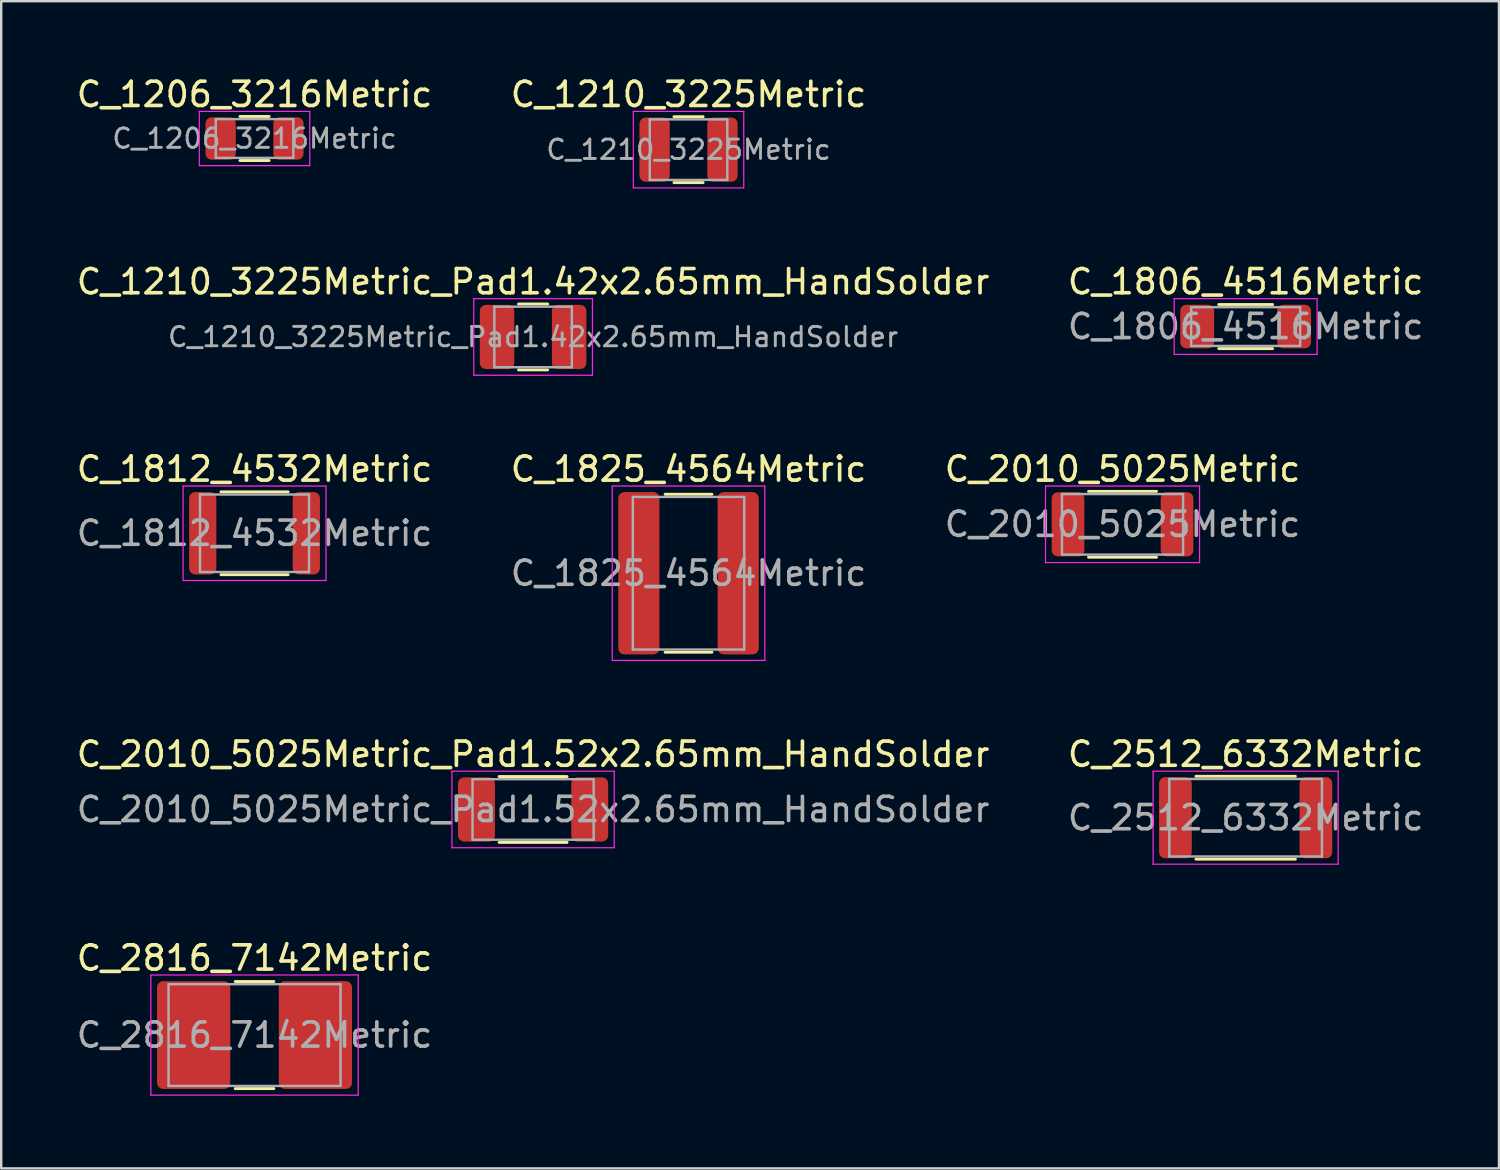
<source format=kicad_pcb>
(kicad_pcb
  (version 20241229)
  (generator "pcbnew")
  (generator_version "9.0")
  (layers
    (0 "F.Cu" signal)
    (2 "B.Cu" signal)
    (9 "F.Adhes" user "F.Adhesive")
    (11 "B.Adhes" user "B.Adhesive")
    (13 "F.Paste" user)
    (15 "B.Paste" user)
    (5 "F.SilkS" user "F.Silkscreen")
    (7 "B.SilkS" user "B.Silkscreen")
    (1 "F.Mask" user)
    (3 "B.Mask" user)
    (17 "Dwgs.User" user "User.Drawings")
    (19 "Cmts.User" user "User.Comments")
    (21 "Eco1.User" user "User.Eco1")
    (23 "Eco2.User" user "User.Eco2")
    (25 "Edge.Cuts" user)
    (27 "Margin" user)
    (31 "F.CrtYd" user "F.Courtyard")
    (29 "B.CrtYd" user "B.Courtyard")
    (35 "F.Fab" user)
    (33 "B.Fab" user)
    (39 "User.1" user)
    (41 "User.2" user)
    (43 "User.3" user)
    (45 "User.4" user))
  (footprint "C_1812_4532Metric"
    (layer "F.Cu")
    (at 7.458 18.965)
    (property "Reference" "C_1812_4532Metric" (at 0 -2.65 0) (layer "F.SilkS") (effects (font (size 1 1) (thickness 0.15))))
    (attr smd)
    (fp_line (start -1.386 -1.71) (end 1.386 -1.71) (stroke (width 0.12) (type solid)) (layer "F.SilkS"))
    (fp_line (start -1.386 1.71) (end 1.386 1.71) (stroke (width 0.12) (type solid)) (layer "F.SilkS"))
    (fp_line (start -2.95 -1.95) (end 2.95 -1.95) (stroke (width 0.05) (type solid)) (layer "F.CrtYd"))
    (fp_line (start -2.95 1.95) (end -2.95 -1.95) (stroke (width 0.05) (type solid)) (layer "F.CrtYd"))
    (fp_line (start 2.95 -1.95) (end 2.95 1.95) (stroke (width 0.05) (type solid)) (layer "F.CrtYd"))
    (fp_line (start 2.95 1.95) (end -2.95 1.95) (stroke (width 0.05) (type solid)) (layer "F.CrtYd"))
    (fp_line (start -2.25 -1.6) (end 2.25 -1.6) (stroke (width 0.1) (type solid)) (layer "F.Fab"))
    (fp_line (start -2.25 1.6) (end -2.25 -1.6) (stroke (width 0.1) (type solid)) (layer "F.Fab"))
    (fp_line (start 2.25 -1.6) (end 2.25 1.6) (stroke (width 0.1) (type solid)) (layer "F.Fab"))
    (fp_line (start 2.25 1.6) (end -2.25 1.6) (stroke (width 0.1) (type solid)) (layer "F.Fab"))
    (fp_text user "${REFERENCE}" (at 0 0 0) (layer "F.Fab") (effects (font (size 1 1) (thickness 0.15))))
    (pad "1" smd roundrect (at -2.138 0) (size 1.125 3.4) (layers "F.Cu" "F.Mask" "F.Paste") (roundrect_rratio 0.222))
    (pad "2" smd roundrect (at 2.138 0) (size 1.125 3.4) (layers "F.Cu" "F.Mask" "F.Paste") (roundrect_rratio 0.222)))
  (footprint "C_1806_4516Metric"
    (layer "F.Cu")
    (at 48.375 10.431)
    (property "Reference" "C_1806_4516Metric" (at 0 -1.85 0) (layer "F.SilkS") (effects (font (size 1 1) (thickness 0.15))))
    (attr smd)
    (fp_line (start -1.111 -0.91) (end 1.111 -0.91) (stroke (width 0.12) (type solid)) (layer "F.SilkS"))
    (fp_line (start -1.111 0.91) (end 1.111 0.91) (stroke (width 0.12) (type solid)) (layer "F.SilkS"))
    (fp_line (start -2.95 -1.15) (end 2.95 -1.15) (stroke (width 0.05) (type solid)) (layer "F.CrtYd"))
    (fp_line (start -2.95 1.15) (end -2.95 -1.15) (stroke (width 0.05) (type solid)) (layer "F.CrtYd"))
    (fp_line (start 2.95 -1.15) (end 2.95 1.15) (stroke (width 0.05) (type solid)) (layer "F.CrtYd"))
    (fp_line (start 2.95 1.15) (end -2.95 1.15) (stroke (width 0.05) (type solid)) (layer "F.CrtYd"))
    (fp_line (start -2.25 -0.8) (end 2.25 -0.8) (stroke (width 0.1) (type solid)) (layer "F.Fab"))
    (fp_line (start -2.25 0.8) (end -2.25 -0.8) (stroke (width 0.1) (type solid)) (layer "F.Fab"))
    (fp_line (start 2.25 -0.8) (end 2.25 0.8) (stroke (width 0.1) (type solid)) (layer "F.Fab"))
    (fp_line (start 2.25 0.8) (end -2.25 0.8) (stroke (width 0.1) (type solid)) (layer "F.Fab"))
    (fp_text user "${REFERENCE}" (at 0 0 0) (layer "F.Fab") (effects (font (size 1 1) (thickness 0.15))))
    (pad "1" smd roundrect (at -2 0) (size 1.4 1.8) (layers "F.Cu" "F.Mask" "F.Paste") (roundrect_rratio 0.179))
    (pad "2" smd roundrect (at 2 0) (size 1.4 1.8) (layers "F.Cu" "F.Mask" "F.Paste") (roundrect_rratio 0.179)))
  (footprint "C_2816_7142Metric"
    (layer "F.Cu")
    (at 7.458 39.681)
    (property "Reference" "C_2816_7142Metric" (at 0 -3.18 0) (layer "F.SilkS") (effects (font (size 1 1) (thickness 0.15))))
    (attr smd)
    (fp_line (start -0.797 -2.21) (end 0.797 -2.21) (stroke (width 0.12) (type solid)) (layer "F.SilkS"))
    (fp_line (start -0.797 2.21) (end 0.797 2.21) (stroke (width 0.12) (type solid)) (layer "F.SilkS"))
    (fp_line (start -4.28 -2.48) (end 4.28 -2.48) (stroke (width 0.05) (type solid)) (layer "F.CrtYd"))
    (fp_line (start -4.28 2.48) (end -4.28 -2.48) (stroke (width 0.05) (type solid)) (layer "F.CrtYd"))
    (fp_line (start 4.28 -2.48) (end 4.28 2.48) (stroke (width 0.05) (type solid)) (layer "F.CrtYd"))
    (fp_line (start 4.28 2.48) (end -4.28 2.48) (stroke (width 0.05) (type solid)) (layer "F.CrtYd"))
    (fp_line (start -3.55 -2.1) (end 3.55 -2.1) (stroke (width 0.1) (type solid)) (layer "F.Fab"))
    (fp_line (start -3.55 2.1) (end -3.55 -2.1) (stroke (width 0.1) (type solid)) (layer "F.Fab"))
    (fp_line (start 3.55 -2.1) (end 3.55 2.1) (stroke (width 0.1) (type solid)) (layer "F.Fab"))
    (fp_line (start 3.55 2.1) (end -3.55 2.1) (stroke (width 0.1) (type solid)) (layer "F.Fab"))
    (fp_text user "${REFERENCE}" (at 0 0 0) (layer "F.Fab") (effects (font (size 1 1) (thickness 0.15))))
    (pad "1" smd roundrect (at -2.513 0) (size 3.025 4.45) (layers "F.Cu" "F.Mask" "F.Paste") (roundrect_rratio 0.083))
    (pad "2" smd roundrect (at 2.513 0) (size 3.025 4.45) (layers "F.Cu" "F.Mask" "F.Paste") (roundrect_rratio 0.083)))
  (footprint "C_1206_3216Metric"
    (layer "F.Cu")
    (at 7.458 2.668)
    (property "Reference" "C_1206_3216Metric" (at 0 -1.82 0) (layer "F.SilkS") (effects (font (size 1 1) (thickness 0.15))))
    (attr smd)
    (fp_line (start -0.602 -0.91) (end 0.602 -0.91) (stroke (width 0.12) (type solid)) (layer "F.SilkS"))
    (fp_line (start -0.602 0.91) (end 0.602 0.91) (stroke (width 0.12) (type solid)) (layer "F.SilkS"))
    (fp_line (start -2.28 -1.12) (end 2.28 -1.12) (stroke (width 0.05) (type solid)) (layer "F.CrtYd"))
    (fp_line (start -2.28 1.12) (end -2.28 -1.12) (stroke (width 0.05) (type solid)) (layer "F.CrtYd"))
    (fp_line (start 2.28 -1.12) (end 2.28 1.12) (stroke (width 0.05) (type solid)) (layer "F.CrtYd"))
    (fp_line (start 2.28 1.12) (end -2.28 1.12) (stroke (width 0.05) (type solid)) (layer "F.CrtYd"))
    (fp_line (start -1.6 -0.8) (end 1.6 -0.8) (stroke (width 0.1) (type solid)) (layer "F.Fab"))
    (fp_line (start -1.6 0.8) (end -1.6 -0.8) (stroke (width 0.1) (type solid)) (layer "F.Fab"))
    (fp_line (start 1.6 -0.8) (end 1.6 0.8) (stroke (width 0.1) (type solid)) (layer "F.Fab"))
    (fp_line (start 1.6 0.8) (end -1.6 0.8) (stroke (width 0.1) (type solid)) (layer "F.Fab"))
    (fp_text user "${REFERENCE}" (at 0 0 0) (layer "F.Fab") (effects (font (size 0.8 0.8) (thickness 0.12))))
    (pad "1" smd roundrect (at -1.4 0) (size 1.25 1.75) (layers "F.Cu" "F.Mask" "F.Paste") (roundrect_rratio 0.2))
    (pad "2" smd roundrect (at 1.4 0) (size 1.25 1.75) (layers "F.Cu" "F.Mask" "F.Paste") (roundrect_rratio 0.2)))
  (footprint "C_1825_4564Metric"
    (layer "F.Cu")
    (at 25.375 20.615)
    (property "Reference" "C_1825_4564Metric" (at 0 -4.3 0) (layer "F.SilkS") (effects (font (size 1 1) (thickness 0.15))))
    (attr smd)
    (fp_line (start -0.966 -3.26) (end 0.966 -3.26) (stroke (width 0.12) (type solid)) (layer "F.SilkS"))
    (fp_line (start -0.966 3.26) (end 0.966 3.26) (stroke (width 0.12) (type solid)) (layer "F.SilkS"))
    (fp_line (start -3.15 -3.6) (end 3.15 -3.6) (stroke (width 0.05) (type solid)) (layer "F.CrtYd"))
    (fp_line (start -3.15 3.6) (end -3.15 -3.6) (stroke (width 0.05) (type solid)) (layer "F.CrtYd"))
    (fp_line (start 3.15 -3.6) (end 3.15 3.6) (stroke (width 0.05) (type solid)) (layer "F.CrtYd"))
    (fp_line (start 3.15 3.6) (end -3.15 3.6) (stroke (width 0.05) (type solid)) (layer "F.CrtYd"))
    (fp_line (start -2.3 -3.15) (end 2.3 -3.15) (stroke (width 0.1) (type solid)) (layer "F.Fab"))
    (fp_line (start -2.3 3.15) (end -2.3 -3.15) (stroke (width 0.1) (type solid)) (layer "F.Fab"))
    (fp_line (start 2.3 -3.15) (end 2.3 3.15) (stroke (width 0.1) (type solid)) (layer "F.Fab"))
    (fp_line (start 2.3 3.15) (end -2.3 3.15) (stroke (width 0.1) (type solid)) (layer "F.Fab"))
    (fp_text user "${REFERENCE}" (at 0 0 0) (layer "F.Fab") (effects (font (size 1 1) (thickness 0.15))))
    (pad "1" smd roundrect (at -2.05 0) (size 1.7 6.7) (layers "F.Cu" "F.Mask" "F.Paste") (roundrect_rratio 0.147))
    (pad "2" smd roundrect (at 2.05 0) (size 1.7 6.7) (layers "F.Cu" "F.Mask" "F.Paste") (roundrect_rratio 0.147)))
  (footprint "C_1210_3225Metric_Pad1.42x2.65mm_HandSolder"
    (layer "F.Cu")
    (at 18.958 10.861)
    (property "Reference" "C_1210_3225Metric_Pad1.42x2.65mm_HandSolder" (at 0 -2.28 0) (layer "F.SilkS") (effects (font (size 1 1) (thickness 0.15))))
    (attr smd)
    (fp_line (start -0.602 -1.36) (end 0.602 -1.36) (stroke (width 0.12) (type solid)) (layer "F.SilkS"))
    (fp_line (start -0.602 1.36) (end 0.602 1.36) (stroke (width 0.12) (type solid)) (layer "F.SilkS"))
    (fp_line (start -2.45 -1.58) (end 2.45 -1.58) (stroke (width 0.05) (type solid)) (layer "F.CrtYd"))
    (fp_line (start -2.45 1.58) (end -2.45 -1.58) (stroke (width 0.05) (type solid)) (layer "F.CrtYd"))
    (fp_line (start 2.45 -1.58) (end 2.45 1.58) (stroke (width 0.05) (type solid)) (layer "F.CrtYd"))
    (fp_line (start 2.45 1.58) (end -2.45 1.58) (stroke (width 0.05) (type solid)) (layer "F.CrtYd"))
    (fp_line (start -1.6 -1.25) (end 1.6 -1.25) (stroke (width 0.1) (type solid)) (layer "F.Fab"))
    (fp_line (start -1.6 1.25) (end -1.6 -1.25) (stroke (width 0.1) (type solid)) (layer "F.Fab"))
    (fp_line (start 1.6 -1.25) (end 1.6 1.25) (stroke (width 0.1) (type solid)) (layer "F.Fab"))
    (fp_line (start 1.6 1.25) (end -1.6 1.25) (stroke (width 0.1) (type solid)) (layer "F.Fab"))
    (fp_text user "${REFERENCE}" (at 0 0 0) (layer "F.Fab") (effects (font (size 0.8 0.8) (thickness 0.12))))
    (pad "1" smd roundrect (at -1.488 0) (size 1.425 2.65) (layers "F.Cu" "F.Mask" "F.Paste") (roundrect_rratio 0.175))
    (pad "2" smd roundrect (at 1.488 0) (size 1.425 2.65) (layers "F.Cu" "F.Mask" "F.Paste") (roundrect_rratio 0.175)))
  (footprint "C_1210_3225Metric"
    (layer "F.Cu")
    (at 25.375 3.128)
    (property "Reference" "C_1210_3225Metric" (at 0 -2.28 0) (layer "F.SilkS") (effects (font (size 1 1) (thickness 0.15))))
    (attr smd)
    (fp_line (start -0.602 -1.36) (end 0.602 -1.36) (stroke (width 0.12) (type solid)) (layer "F.SilkS"))
    (fp_line (start -0.602 1.36) (end 0.602 1.36) (stroke (width 0.12) (type solid)) (layer "F.SilkS"))
    (fp_line (start -2.28 -1.58) (end 2.28 -1.58) (stroke (width 0.05) (type solid)) (layer "F.CrtYd"))
    (fp_line (start -2.28 1.58) (end -2.28 -1.58) (stroke (width 0.05) (type solid)) (layer "F.CrtYd"))
    (fp_line (start 2.28 -1.58) (end 2.28 1.58) (stroke (width 0.05) (type solid)) (layer "F.CrtYd"))
    (fp_line (start 2.28 1.58) (end -2.28 1.58) (stroke (width 0.05) (type solid)) (layer "F.CrtYd"))
    (fp_line (start -1.6 -1.25) (end 1.6 -1.25) (stroke (width 0.1) (type solid)) (layer "F.Fab"))
    (fp_line (start -1.6 1.25) (end -1.6 -1.25) (stroke (width 0.1) (type solid)) (layer "F.Fab"))
    (fp_line (start 1.6 -1.25) (end 1.6 1.25) (stroke (width 0.1) (type solid)) (layer "F.Fab"))
    (fp_line (start 1.6 1.25) (end -1.6 1.25) (stroke (width 0.1) (type solid)) (layer "F.Fab"))
    (fp_text user "${REFERENCE}" (at 0 0 0) (layer "F.Fab") (effects (font (size 0.8 0.8) (thickness 0.12))))
    (pad "1" smd roundrect (at -1.4 0) (size 1.25 2.65) (layers "F.Cu" "F.Mask" "F.Paste") (roundrect_rratio 0.2))
    (pad "2" smd roundrect (at 1.4 0) (size 1.25 2.65) (layers "F.Cu" "F.Mask" "F.Paste") (roundrect_rratio 0.2)))
  (footprint "C_2512_6332Metric"
    (layer "F.Cu")
    (at 48.375 30.708)
    (property "Reference" "C_2512_6332Metric" (at 0 -2.62 0) (layer "F.SilkS") (effects (font (size 1 1) (thickness 0.15))))
    (attr smd)
    (fp_line (start -2.052 -1.71) (end 2.052 -1.71) (stroke (width 0.12) (type solid)) (layer "F.SilkS"))
    (fp_line (start -2.052 1.71) (end 2.052 1.71) (stroke (width 0.12) (type solid)) (layer "F.SilkS"))
    (fp_line (start -3.82 -1.92) (end 3.82 -1.92) (stroke (width 0.05) (type solid)) (layer "F.CrtYd"))
    (fp_line (start -3.82 1.92) (end -3.82 -1.92) (stroke (width 0.05) (type solid)) (layer "F.CrtYd"))
    (fp_line (start 3.82 -1.92) (end 3.82 1.92) (stroke (width 0.05) (type solid)) (layer "F.CrtYd"))
    (fp_line (start 3.82 1.92) (end -3.82 1.92) (stroke (width 0.05) (type solid)) (layer "F.CrtYd"))
    (fp_line (start -3.15 -1.6) (end 3.15 -1.6) (stroke (width 0.1) (type solid)) (layer "F.Fab"))
    (fp_line (start -3.15 1.6) (end -3.15 -1.6) (stroke (width 0.1) (type solid)) (layer "F.Fab"))
    (fp_line (start 3.15 -1.6) (end 3.15 1.6) (stroke (width 0.1) (type solid)) (layer "F.Fab"))
    (fp_line (start 3.15 1.6) (end -3.15 1.6) (stroke (width 0.1) (type solid)) (layer "F.Fab"))
    (fp_text user "${REFERENCE}" (at 0 0 0) (layer "F.Fab") (effects (font (size 1 1) (thickness 0.15))))
    (pad "1" smd roundrect (at -2.9 0) (size 1.35 3.35) (layers "F.Cu" "F.Mask" "F.Paste") (roundrect_rratio 0.185))
    (pad "2" smd roundrect (at 2.9 0) (size 1.35 3.35) (layers "F.Cu" "F.Mask" "F.Paste") (roundrect_rratio 0.185)))
  (footprint "C_2010_5025Metric_Pad1.52x2.65mm_HandSolder"
    (layer "F.Cu")
    (at 18.958 30.368)
    (property "Reference" "C_2010_5025Metric_Pad1.52x2.65mm_HandSolder" (at 0 -2.28 0) (layer "F.SilkS") (effects (font (size 1 1) (thickness 0.15))))
    (attr smd)
    (fp_line (start -1.402 -1.36) (end 1.402 -1.36) (stroke (width 0.12) (type solid)) (layer "F.SilkS"))
    (fp_line (start -1.402 1.36) (end 1.402 1.36) (stroke (width 0.12) (type solid)) (layer "F.SilkS"))
    (fp_line (start -3.35 -1.58) (end 3.35 -1.58) (stroke (width 0.05) (type solid)) (layer "F.CrtYd"))
    (fp_line (start -3.35 1.58) (end -3.35 -1.58) (stroke (width 0.05) (type solid)) (layer "F.CrtYd"))
    (fp_line (start 3.35 -1.58) (end 3.35 1.58) (stroke (width 0.05) (type solid)) (layer "F.CrtYd"))
    (fp_line (start 3.35 1.58) (end -3.35 1.58) (stroke (width 0.05) (type solid)) (layer "F.CrtYd"))
    (fp_line (start -2.5 -1.25) (end 2.5 -1.25) (stroke (width 0.1) (type solid)) (layer "F.Fab"))
    (fp_line (start -2.5 1.25) (end -2.5 -1.25) (stroke (width 0.1) (type solid)) (layer "F.Fab"))
    (fp_line (start 2.5 -1.25) (end 2.5 1.25) (stroke (width 0.1) (type solid)) (layer "F.Fab"))
    (fp_line (start 2.5 1.25) (end -2.5 1.25) (stroke (width 0.1) (type solid)) (layer "F.Fab"))
    (fp_text user "${REFERENCE}" (at 0 0 0) (layer "F.Fab") (effects (font (size 1 1) (thickness 0.15))))
    (pad "1" smd roundrect (at -2.337 0) (size 1.525 2.65) (layers "F.Cu" "F.Mask" "F.Paste") (roundrect_rratio 0.164))
    (pad "2" smd roundrect (at 2.337 0) (size 1.525 2.65) (layers "F.Cu" "F.Mask" "F.Paste") (roundrect_rratio 0.164)))
  (footprint "C_2010_5025Metric"
    (layer "F.Cu")
    (at 43.292 18.595)
    (property "Reference" "C_2010_5025Metric" (at 0 -2.28 0) (layer "F.SilkS") (effects (font (size 1 1) (thickness 0.15))))
    (attr smd)
    (fp_line (start -1.402 -1.36) (end 1.402 -1.36) (stroke (width 0.12) (type solid)) (layer "F.SilkS"))
    (fp_line (start -1.402 1.36) (end 1.402 1.36) (stroke (width 0.12) (type solid)) (layer "F.SilkS"))
    (fp_line (start -3.18 -1.58) (end 3.18 -1.58) (stroke (width 0.05) (type solid)) (layer "F.CrtYd"))
    (fp_line (start -3.18 1.58) (end -3.18 -1.58) (stroke (width 0.05) (type solid)) (layer "F.CrtYd"))
    (fp_line (start 3.18 -1.58) (end 3.18 1.58) (stroke (width 0.05) (type solid)) (layer "F.CrtYd"))
    (fp_line (start 3.18 1.58) (end -3.18 1.58) (stroke (width 0.05) (type solid)) (layer "F.CrtYd"))
    (fp_line (start -2.5 -1.25) (end 2.5 -1.25) (stroke (width 0.1) (type solid)) (layer "F.Fab"))
    (fp_line (start -2.5 1.25) (end -2.5 -1.25) (stroke (width 0.1) (type solid)) (layer "F.Fab"))
    (fp_line (start 2.5 -1.25) (end 2.5 1.25) (stroke (width 0.1) (type solid)) (layer "F.Fab"))
    (fp_line (start 2.5 1.25) (end -2.5 1.25) (stroke (width 0.1) (type solid)) (layer "F.Fab"))
    (fp_text user "${REFERENCE}" (at 0 0 0) (layer "F.Fab") (effects (font (size 1 1) (thickness 0.15))))
    (pad "1" smd roundrect (at -2.25 0) (size 1.35 2.65) (layers "F.Cu" "F.Mask" "F.Paste") (roundrect_rratio 0.185))
    (pad "2" smd roundrect (at 2.25 0) (size 1.35 2.65) (layers "F.Cu" "F.Mask" "F.Paste") (roundrect_rratio 0.185)))
  (gr_rect
    (start -3 -3)
    (end 58.833 45.186)
    (stroke (width 0.1) (type default))
    (fill no)
    (layer "Edge.Cuts")))
</source>
